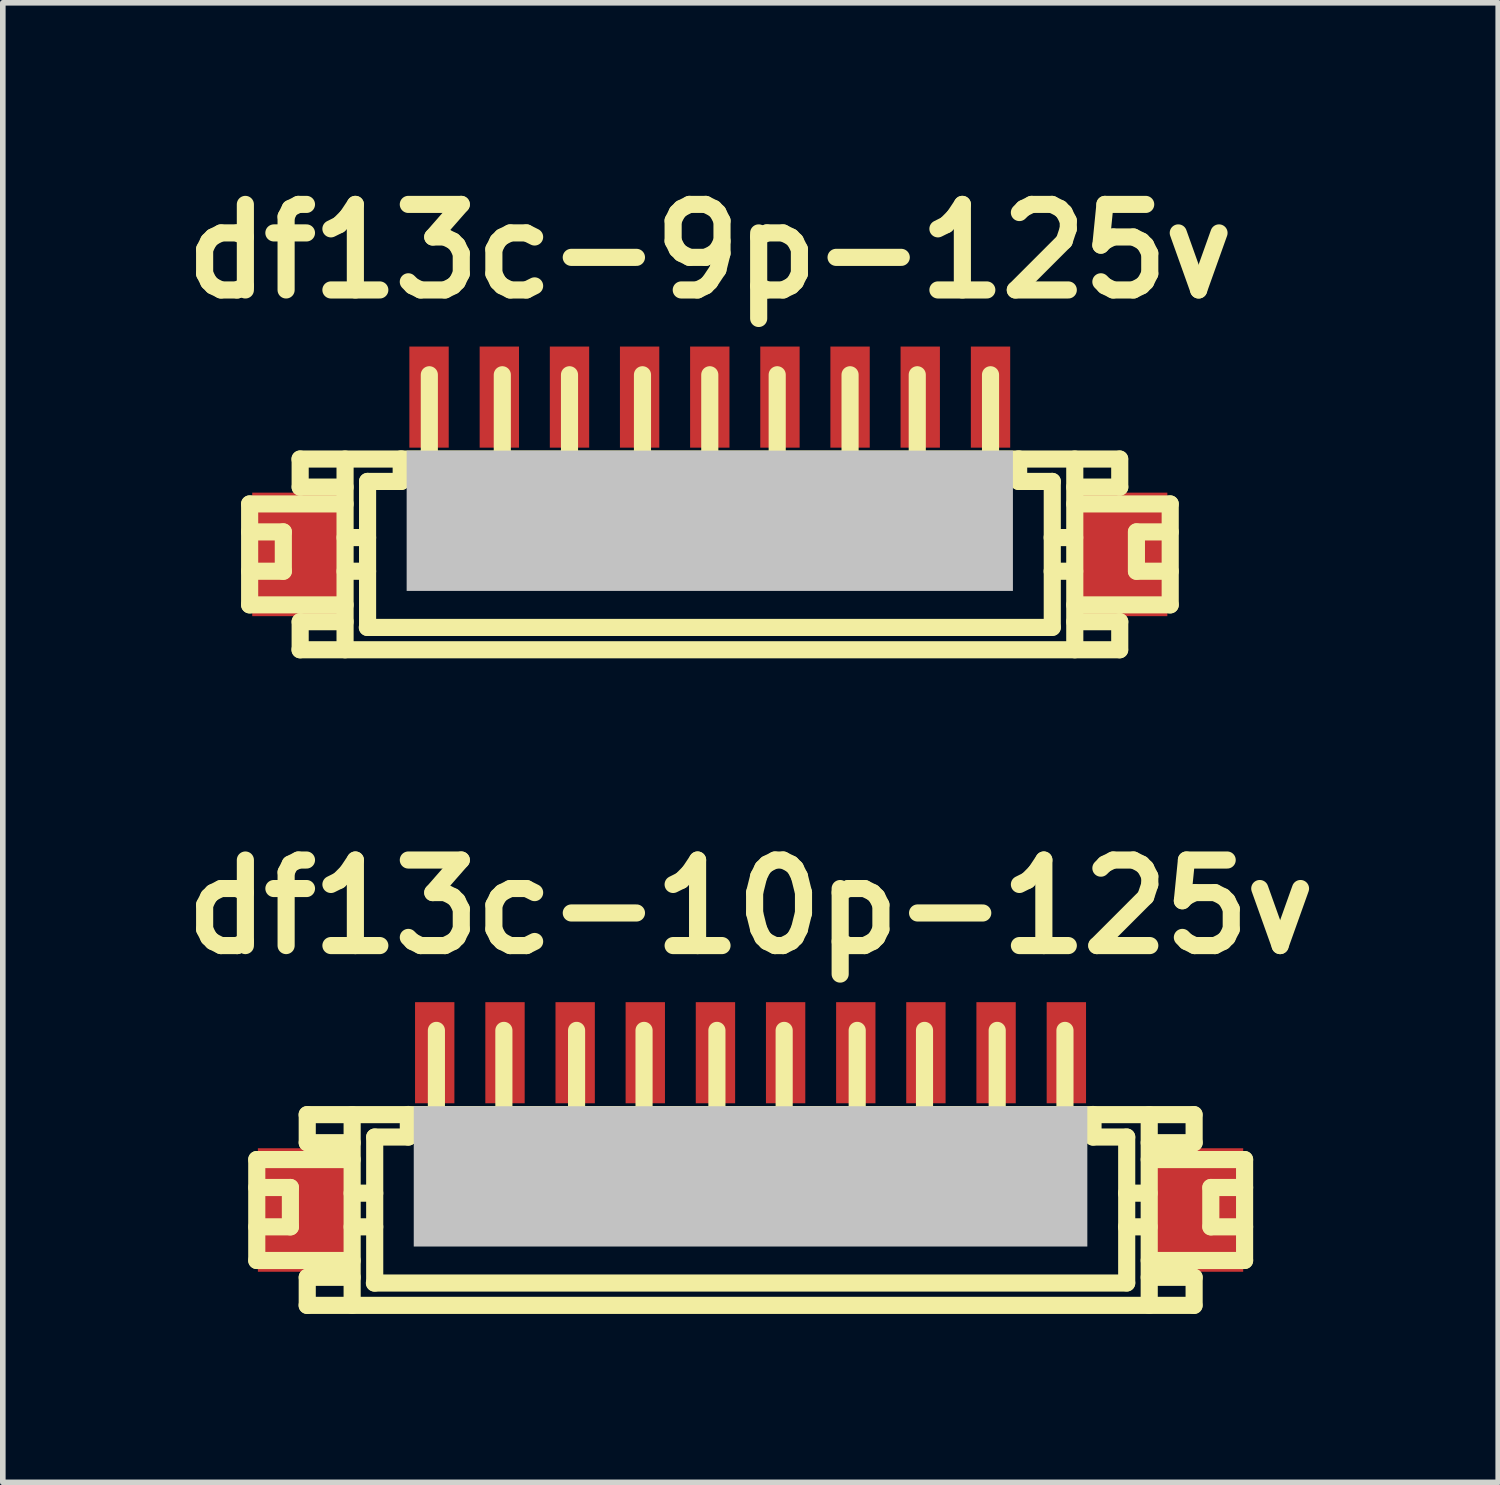
<source format=kicad_pcb>
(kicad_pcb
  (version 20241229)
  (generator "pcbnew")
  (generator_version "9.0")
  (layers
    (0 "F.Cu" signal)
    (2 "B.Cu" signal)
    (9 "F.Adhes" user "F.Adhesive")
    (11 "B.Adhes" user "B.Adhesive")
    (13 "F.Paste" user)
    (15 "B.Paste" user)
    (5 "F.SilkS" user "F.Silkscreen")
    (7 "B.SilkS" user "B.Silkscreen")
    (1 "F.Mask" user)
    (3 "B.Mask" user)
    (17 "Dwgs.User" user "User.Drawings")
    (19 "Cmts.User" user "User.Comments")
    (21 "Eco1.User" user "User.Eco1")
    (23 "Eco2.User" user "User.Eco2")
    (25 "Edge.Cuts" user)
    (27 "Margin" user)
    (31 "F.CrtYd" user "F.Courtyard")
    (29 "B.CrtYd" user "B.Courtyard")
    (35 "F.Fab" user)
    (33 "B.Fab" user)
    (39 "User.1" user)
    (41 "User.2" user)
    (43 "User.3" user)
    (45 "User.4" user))
  (footprint "df13c-9p-125v"
    (layer "F.Cu")
    (at 9.594 6.026)
    (property "Reference" "df13c-9p-125v" (at 0 -4.6 0) (layer "F.SilkS") (effects (font (size 1.524 1.524) (thickness 0.305))))
    (attr through_hole)
    (fp_line (start -8.197 -0.099) (end -6.497 -0.099) (stroke (width 0.305) (type solid)) (layer "F.SilkS"))
    (fp_line (start -8.197 0.399) (end -7.597 0.399) (stroke (width 0.305) (type solid)) (layer "F.SilkS"))
    (fp_line (start -8.197 1.699) (end -8.197 -0.099) (stroke (width 0.305) (type solid)) (layer "F.SilkS"))
    (fp_line (start -8.197 1.699) (end -6.497 1.699) (stroke (width 0.305) (type solid)) (layer "F.SilkS"))
    (fp_line (start -7.597 0.399) (end -7.597 1.1) (stroke (width 0.305) (type solid)) (layer "F.SilkS"))
    (fp_line (start -7.597 1.1) (end -8.197 1.1) (stroke (width 0.305) (type solid)) (layer "F.SilkS"))
    (fp_line (start -7.3 -0.899) (end 7.3 -0.899) (stroke (width 0.305) (type solid)) (layer "F.SilkS"))
    (fp_line (start -7.297 -0.399) (end -7.297 -0.899) (stroke (width 0.305) (type solid)) (layer "F.SilkS"))
    (fp_line (start -7.297 2.499) (end -7.297 1.999) (stroke (width 0.305) (type solid)) (layer "F.SilkS"))
    (fp_line (start -6.497 -0.899) (end -6.497 2.499) (stroke (width 0.305) (type solid)) (layer "F.SilkS"))
    (fp_line (start -6.497 -0.399) (end -7.297 -0.399) (stroke (width 0.305) (type solid)) (layer "F.SilkS"))
    (fp_line (start -6.497 0.5) (end -6.096 0.5) (stroke (width 0.305) (type solid)) (layer "F.SilkS"))
    (fp_line (start -6.497 1.1) (end -6.096 1.1) (stroke (width 0.305) (type solid)) (layer "F.SilkS"))
    (fp_line (start -6.497 1.999) (end -7.297 1.999) (stroke (width 0.305) (type solid)) (layer "F.SilkS"))
    (fp_line (start -6.101 2.101) (end 6.101 2.101) (stroke (width 0.305) (type solid)) (layer "F.SilkS"))
    (fp_line (start -6.096 -0.5) (end -5.497 -0.5) (stroke (width 0.305) (type solid)) (layer "F.SilkS"))
    (fp_line (start -6.096 2.101) (end -6.096 -0.5) (stroke (width 0.305) (type solid)) (layer "F.SilkS"))
    (fp_line (start -5.497 -0.902) (end -5.497 -0.5) (stroke (width 0.305) (type solid)) (layer "F.SilkS"))
    (fp_line (start -5.098 0.998) (end -5.098 1.199) (stroke (width 0.305) (type solid)) (layer "F.SilkS"))
    (fp_line (start -5.098 1.199) (end -4.897 1.199) (stroke (width 0.305) (type solid)) (layer "F.SilkS"))
    (fp_line (start -4.996 -0.902) (end -4.996 -2.4) (stroke (width 0.305) (type solid)) (layer "F.SilkS"))
    (fp_line (start -4.897 0.998) (end -5.098 0.998) (stroke (width 0.305) (type solid)) (layer "F.SilkS"))
    (fp_line (start -4.897 1.199) (end -4.897 0.998) (stroke (width 0.305) (type solid)) (layer "F.SilkS"))
    (fp_line (start -3.8 1.001) (end -3.602 1.001) (stroke (width 0.305) (type solid)) (layer "F.SilkS"))
    (fp_line (start -3.8 1.199) (end -3.8 1.001) (stroke (width 0.305) (type solid)) (layer "F.SilkS"))
    (fp_line (start -3.696 -0.899) (end -3.696 -2.4) (stroke (width 0.305) (type solid)) (layer "F.SilkS"))
    (fp_line (start -3.602 1.001) (end -3.602 1.199) (stroke (width 0.305) (type solid)) (layer "F.SilkS"))
    (fp_line (start -3.602 1.199) (end -3.8 1.199) (stroke (width 0.305) (type solid)) (layer "F.SilkS"))
    (fp_line (start -2.598 1.001) (end -2.4 1.001) (stroke (width 0.305) (type solid)) (layer "F.SilkS"))
    (fp_line (start -2.598 1.199) (end -2.598 1.001) (stroke (width 0.305) (type solid)) (layer "F.SilkS"))
    (fp_line (start -2.499 -2.4) (end -2.499 -0.899) (stroke (width 0.305) (type solid)) (layer "F.SilkS"))
    (fp_line (start -2.4 1.001) (end -2.4 1.199) (stroke (width 0.305) (type solid)) (layer "F.SilkS"))
    (fp_line (start -2.4 1.199) (end -2.598 1.199) (stroke (width 0.305) (type solid)) (layer "F.SilkS"))
    (fp_line (start -1.298 1.001) (end -1.1 1.001) (stroke (width 0.305) (type solid)) (layer "F.SilkS"))
    (fp_line (start -1.298 1.199) (end -1.298 1.001) (stroke (width 0.305) (type solid)) (layer "F.SilkS"))
    (fp_line (start -1.199 -0.899) (end -1.199 -2.4) (stroke (width 0.305) (type solid)) (layer "F.SilkS"))
    (fp_line (start -1.1 1.001) (end -1.1 1.199) (stroke (width 0.305) (type solid)) (layer "F.SilkS"))
    (fp_line (start -1.1 1.199) (end -1.298 1.199) (stroke (width 0.305) (type solid)) (layer "F.SilkS"))
    (fp_line (start -0.099 1.001) (end 0.099 1.001) (stroke (width 0.305) (type solid)) (layer "F.SilkS"))
    (fp_line (start -0.099 1.199) (end -0.099 1.001) (stroke (width 0.305) (type solid)) (layer "F.SilkS"))
    (fp_line (start 0 -0.899) (end 0 -2.4) (stroke (width 0.305) (type solid)) (layer "F.SilkS"))
    (fp_line (start 0.099 1.001) (end 0.099 1.199) (stroke (width 0.305) (type solid)) (layer "F.SilkS"))
    (fp_line (start 0.099 1.199) (end -0.099 1.199) (stroke (width 0.305) (type solid)) (layer "F.SilkS"))
    (fp_line (start 1.1 1.001) (end 1.3 1.001) (stroke (width 0.305) (type solid)) (layer "F.SilkS"))
    (fp_line (start 1.1 1.199) (end 1.1 1.001) (stroke (width 0.305) (type solid)) (layer "F.SilkS"))
    (fp_line (start 1.201 -2.4) (end 1.201 -0.899) (stroke (width 0.305) (type solid)) (layer "F.SilkS"))
    (fp_line (start 1.3 1.001) (end 1.3 1.199) (stroke (width 0.305) (type solid)) (layer "F.SilkS"))
    (fp_line (start 1.3 1.199) (end 1.1 1.199) (stroke (width 0.305) (type solid)) (layer "F.SilkS"))
    (fp_line (start 2.398 1.001) (end 2.596 1.001) (stroke (width 0.305) (type solid)) (layer "F.SilkS"))
    (fp_line (start 2.398 1.199) (end 2.398 1.001) (stroke (width 0.305) (type solid)) (layer "F.SilkS"))
    (fp_line (start 2.499 -0.899) (end 2.499 -2.4) (stroke (width 0.305) (type solid)) (layer "F.SilkS"))
    (fp_line (start 2.596 1.001) (end 2.596 1.199) (stroke (width 0.305) (type solid)) (layer "F.SilkS"))
    (fp_line (start 2.596 1.199) (end 2.398 1.199) (stroke (width 0.305) (type solid)) (layer "F.SilkS"))
    (fp_line (start 3.602 0.998) (end 3.802 0.998) (stroke (width 0.305) (type solid)) (layer "F.SilkS"))
    (fp_line (start 3.602 1.199) (end 3.602 0.998) (stroke (width 0.305) (type solid)) (layer "F.SilkS"))
    (fp_line (start 3.696 -0.899) (end 3.696 -2.4) (stroke (width 0.305) (type solid)) (layer "F.SilkS"))
    (fp_line (start 3.802 0.998) (end 3.802 1.199) (stroke (width 0.305) (type solid)) (layer "F.SilkS"))
    (fp_line (start 3.802 1.199) (end 3.602 1.199) (stroke (width 0.305) (type solid)) (layer "F.SilkS"))
    (fp_line (start 4.902 1.001) (end 5.103 1.001) (stroke (width 0.305) (type solid)) (layer "F.SilkS"))
    (fp_line (start 4.902 1.199) (end 4.902 1.001) (stroke (width 0.305) (type solid)) (layer "F.SilkS"))
    (fp_line (start 5.001 -0.902) (end 5.001 -2.4) (stroke (width 0.305) (type solid)) (layer "F.SilkS"))
    (fp_line (start 5.103 1.001) (end 5.103 1.199) (stroke (width 0.305) (type solid)) (layer "F.SilkS"))
    (fp_line (start 5.103 1.199) (end 4.902 1.199) (stroke (width 0.305) (type solid)) (layer "F.SilkS"))
    (fp_line (start 5.502 -0.5) (end 5.502 -0.902) (stroke (width 0.305) (type solid)) (layer "F.SilkS"))
    (fp_line (start 6.099 1.1) (end 6.5 1.1) (stroke (width 0.305) (type solid)) (layer "F.SilkS"))
    (fp_line (start 6.101 -0.5) (end 5.502 -0.5) (stroke (width 0.305) (type solid)) (layer "F.SilkS"))
    (fp_line (start 6.101 2.098) (end 6.101 -0.5) (stroke (width 0.305) (type solid)) (layer "F.SilkS"))
    (fp_line (start 6.5 0.5) (end 6.099 0.5) (stroke (width 0.305) (type solid)) (layer "F.SilkS"))
    (fp_line (start 6.502 -0.899) (end 6.502 2.499) (stroke (width 0.305) (type solid)) (layer "F.SilkS"))
    (fp_line (start 7.3 2.499) (end -7.3 2.499) (stroke (width 0.305) (type solid)) (layer "F.SilkS"))
    (fp_line (start 7.303 -0.399) (end 6.502 -0.399) (stroke (width 0.305) (type solid)) (layer "F.SilkS"))
    (fp_line (start 7.303 -0.399) (end 7.303 -0.899) (stroke (width 0.305) (type solid)) (layer "F.SilkS"))
    (fp_line (start 7.303 1.999) (end 6.502 1.999) (stroke (width 0.305) (type solid)) (layer "F.SilkS"))
    (fp_line (start 7.303 2.499) (end 7.303 1.999) (stroke (width 0.305) (type solid)) (layer "F.SilkS"))
    (fp_line (start 7.6 0.399) (end 7.6 1.1) (stroke (width 0.305) (type solid)) (layer "F.SilkS"))
    (fp_line (start 7.602 0.399) (end 8.202 0.399) (stroke (width 0.305) (type solid)) (layer "F.SilkS"))
    (fp_line (start 7.602 1.1) (end 8.202 1.1) (stroke (width 0.305) (type solid)) (layer "F.SilkS"))
    (fp_line (start 8.202 -0.099) (end 6.502 -0.099) (stroke (width 0.305) (type solid)) (layer "F.SilkS"))
    (fp_line (start 8.202 -0.099) (end 8.202 1.699) (stroke (width 0.305) (type solid)) (layer "F.SilkS"))
    (fp_line (start 8.202 1.699) (end 6.502 1.699) (stroke (width 0.305) (type solid)) (layer "F.SilkS"))
    (pad "" smd rect (at -7.351 0.8) (size 1.6 2.2) (layers "F.Cu" "F.Mask" "F.Paste"))
    (pad "" smd rect (at 0 0.201) (size 10.8 2.499) (layers "Dwgs.User"))
    (pad "" smd rect (at 7.351 0.8) (size 1.6 2.2) (layers "F.Cu" "F.Mask" "F.Paste"))
    (pad "1" smd rect (at -5.001 -2.002) (size 0.701 1.801) (layers "F.Cu" "F.Mask" "F.Paste"))
    (pad "2" smd rect (at -3.749 -2.002) (size 0.701 1.801) (layers "F.Cu" "F.Mask" "F.Paste"))
    (pad "3" smd rect (at -2.499 -2.002) (size 0.701 1.801) (layers "F.Cu" "F.Mask" "F.Paste"))
    (pad "4" smd rect (at -1.25 -2.002) (size 0.701 1.801) (layers "F.Cu" "F.Mask" "F.Paste"))
    (pad "5" smd rect (at 0 -2.002) (size 0.701 1.801) (layers "F.Cu" "F.Mask" "F.Paste"))
    (pad "6" smd rect (at 1.25 -2.002) (size 0.701 1.801) (layers "F.Cu" "F.Mask" "F.Paste"))
    (pad "7" smd rect (at 2.499 -2.002) (size 0.701 1.801) (layers "F.Cu" "F.Mask" "F.Paste"))
    (pad "8" smd rect (at 3.749 -2.002) (size 0.701 1.801) (layers "F.Cu" "F.Mask" "F.Paste"))
    (pad "9" smd rect (at 5.001 -2.002) (size 0.701 1.801) (layers "F.Cu" "F.Mask" "F.Paste")))
  (footprint "df13c-10p-125v"
    (layer "F.Cu")
    (at 10.32 17.705)
    (property "Reference" "df13c-10p-125v" (at 0 -4.6 0) (layer "F.SilkS") (effects (font (size 1.524 1.524) (thickness 0.305))))
    (attr through_hole)
    (fp_line (start -8.796 -0.099) (end -7.097 -0.099) (stroke (width 0.305) (type solid)) (layer "F.SilkS"))
    (fp_line (start -8.796 0.399) (end -8.197 0.399) (stroke (width 0.305) (type solid)) (layer "F.SilkS"))
    (fp_line (start -8.796 1.699) (end -8.796 -0.099) (stroke (width 0.305) (type solid)) (layer "F.SilkS"))
    (fp_line (start -8.796 1.699) (end -7.097 1.699) (stroke (width 0.305) (type solid)) (layer "F.SilkS"))
    (fp_line (start -8.197 0.399) (end -8.197 1.1) (stroke (width 0.305) (type solid)) (layer "F.SilkS"))
    (fp_line (start -8.197 1.1) (end -8.796 1.1) (stroke (width 0.305) (type solid)) (layer "F.SilkS"))
    (fp_line (start -7.899 -0.899) (end 7.899 -0.899) (stroke (width 0.305) (type solid)) (layer "F.SilkS"))
    (fp_line (start -7.899 2.499) (end 7.899 2.499) (stroke (width 0.305) (type solid)) (layer "F.SilkS"))
    (fp_line (start -7.897 -0.399) (end -7.897 -0.899) (stroke (width 0.305) (type solid)) (layer "F.SilkS"))
    (fp_line (start -7.897 2.499) (end -7.897 1.999) (stroke (width 0.305) (type solid)) (layer "F.SilkS"))
    (fp_line (start -7.097 -0.899) (end -7.097 2.499) (stroke (width 0.305) (type solid)) (layer "F.SilkS"))
    (fp_line (start -7.097 -0.399) (end -7.897 -0.399) (stroke (width 0.305) (type solid)) (layer "F.SilkS"))
    (fp_line (start -7.097 0.5) (end -6.695 0.5) (stroke (width 0.305) (type solid)) (layer "F.SilkS"))
    (fp_line (start -7.097 1.1) (end -6.695 1.1) (stroke (width 0.305) (type solid)) (layer "F.SilkS"))
    (fp_line (start -7.097 1.999) (end -7.897 1.999) (stroke (width 0.305) (type solid)) (layer "F.SilkS"))
    (fp_line (start -6.695 -0.5) (end -6.096 -0.5) (stroke (width 0.305) (type solid)) (layer "F.SilkS"))
    (fp_line (start -6.695 2.101) (end -6.695 -0.5) (stroke (width 0.305) (type solid)) (layer "F.SilkS"))
    (fp_line (start -6.096 -0.902) (end -6.096 -0.5) (stroke (width 0.305) (type solid)) (layer "F.SilkS"))
    (fp_line (start -5.697 0.998) (end -5.697 1.199) (stroke (width 0.305) (type solid)) (layer "F.SilkS"))
    (fp_line (start -5.697 1.199) (end -5.497 1.199) (stroke (width 0.305) (type solid)) (layer "F.SilkS"))
    (fp_line (start -5.596 -0.902) (end -5.596 -2.4) (stroke (width 0.305) (type solid)) (layer "F.SilkS"))
    (fp_line (start -5.497 0.998) (end -5.697 0.998) (stroke (width 0.305) (type solid)) (layer "F.SilkS"))
    (fp_line (start -5.497 1.199) (end -5.497 0.998) (stroke (width 0.305) (type solid)) (layer "F.SilkS"))
    (fp_line (start -4.501 1.001) (end -4.303 1.001) (stroke (width 0.305) (type solid)) (layer "F.SilkS"))
    (fp_line (start -4.501 1.199) (end -4.501 1.001) (stroke (width 0.305) (type solid)) (layer "F.SilkS"))
    (fp_line (start -4.394 -0.899) (end -4.394 -2.4) (stroke (width 0.305) (type solid)) (layer "F.SilkS"))
    (fp_line (start -4.303 1.001) (end -4.303 1.199) (stroke (width 0.305) (type solid)) (layer "F.SilkS"))
    (fp_line (start -4.303 1.199) (end -4.501 1.199) (stroke (width 0.305) (type solid)) (layer "F.SilkS"))
    (fp_line (start -3.198 1.001) (end -3 1.001) (stroke (width 0.305) (type solid)) (layer "F.SilkS"))
    (fp_line (start -3.198 1.199) (end -3.198 1.001) (stroke (width 0.305) (type solid)) (layer "F.SilkS"))
    (fp_line (start -3.099 -2.4) (end -3.099 -0.899) (stroke (width 0.305) (type solid)) (layer "F.SilkS"))
    (fp_line (start -3 1.001) (end -3 1.199) (stroke (width 0.305) (type solid)) (layer "F.SilkS"))
    (fp_line (start -3 1.199) (end -3.198 1.199) (stroke (width 0.305) (type solid)) (layer "F.SilkS"))
    (fp_line (start -1.999 1.001) (end -1.801 1.001) (stroke (width 0.305) (type solid)) (layer "F.SilkS"))
    (fp_line (start -1.999 1.199) (end -1.999 1.001) (stroke (width 0.305) (type solid)) (layer "F.SilkS"))
    (fp_line (start -1.897 -0.899) (end -1.897 -2.4) (stroke (width 0.305) (type solid)) (layer "F.SilkS"))
    (fp_line (start -1.801 1.001) (end -1.801 1.199) (stroke (width 0.305) (type solid)) (layer "F.SilkS"))
    (fp_line (start -1.801 1.199) (end -1.999 1.199) (stroke (width 0.305) (type solid)) (layer "F.SilkS"))
    (fp_line (start -0.699 1.001) (end -0.5 1.001) (stroke (width 0.305) (type solid)) (layer "F.SilkS"))
    (fp_line (start -0.699 1.199) (end -0.699 1.001) (stroke (width 0.305) (type solid)) (layer "F.SilkS"))
    (fp_line (start -0.599 -0.899) (end -0.599 -2.4) (stroke (width 0.305) (type solid)) (layer "F.SilkS"))
    (fp_line (start -0.5 1.001) (end -0.5 1.199) (stroke (width 0.305) (type solid)) (layer "F.SilkS"))
    (fp_line (start -0.5 1.199) (end -0.699 1.199) (stroke (width 0.305) (type solid)) (layer "F.SilkS"))
    (fp_line (start 0.503 1.001) (end 0.701 1.001) (stroke (width 0.305) (type solid)) (layer "F.SilkS"))
    (fp_line (start 0.503 1.199) (end 0.503 1.001) (stroke (width 0.305) (type solid)) (layer "F.SilkS"))
    (fp_line (start 0.599 -2.4) (end 0.599 -0.899) (stroke (width 0.305) (type solid)) (layer "F.SilkS"))
    (fp_line (start 0.701 1.001) (end 0.701 1.199) (stroke (width 0.305) (type solid)) (layer "F.SilkS"))
    (fp_line (start 0.701 1.199) (end 0.503 1.199) (stroke (width 0.305) (type solid)) (layer "F.SilkS"))
    (fp_line (start 1.798 1.001) (end 1.999 1.001) (stroke (width 0.305) (type solid)) (layer "F.SilkS"))
    (fp_line (start 1.798 1.199) (end 1.798 1.001) (stroke (width 0.305) (type solid)) (layer "F.SilkS"))
    (fp_line (start 1.9 -2.4) (end 1.9 -0.899) (stroke (width 0.305) (type solid)) (layer "F.SilkS"))
    (fp_line (start 1.999 1.001) (end 1.999 1.199) (stroke (width 0.305) (type solid)) (layer "F.SilkS"))
    (fp_line (start 1.999 1.199) (end 1.798 1.199) (stroke (width 0.305) (type solid)) (layer "F.SilkS"))
    (fp_line (start 2.997 1.001) (end 3.195 1.001) (stroke (width 0.305) (type solid)) (layer "F.SilkS"))
    (fp_line (start 2.997 1.199) (end 2.997 1.001) (stroke (width 0.305) (type solid)) (layer "F.SilkS"))
    (fp_line (start 3.099 -0.899) (end 3.099 -2.4) (stroke (width 0.305) (type solid)) (layer "F.SilkS"))
    (fp_line (start 3.195 1.001) (end 3.195 1.199) (stroke (width 0.305) (type solid)) (layer "F.SilkS"))
    (fp_line (start 3.195 1.199) (end 2.997 1.199) (stroke (width 0.305) (type solid)) (layer "F.SilkS"))
    (fp_line (start 4.3 0.998) (end 4.501 0.998) (stroke (width 0.305) (type solid)) (layer "F.SilkS"))
    (fp_line (start 4.3 1.199) (end 4.3 0.998) (stroke (width 0.305) (type solid)) (layer "F.SilkS"))
    (fp_line (start 4.394 -0.899) (end 4.394 -2.4) (stroke (width 0.305) (type solid)) (layer "F.SilkS"))
    (fp_line (start 4.501 0.998) (end 4.501 1.199) (stroke (width 0.305) (type solid)) (layer "F.SilkS"))
    (fp_line (start 4.501 1.199) (end 4.3 1.199) (stroke (width 0.305) (type solid)) (layer "F.SilkS"))
    (fp_line (start 5.502 1.001) (end 5.702 1.001) (stroke (width 0.305) (type solid)) (layer "F.SilkS"))
    (fp_line (start 5.502 1.199) (end 5.502 1.001) (stroke (width 0.305) (type solid)) (layer "F.SilkS"))
    (fp_line (start 5.601 -0.902) (end 5.601 -2.4) (stroke (width 0.305) (type solid)) (layer "F.SilkS"))
    (fp_line (start 5.702 1.001) (end 5.702 1.199) (stroke (width 0.305) (type solid)) (layer "F.SilkS"))
    (fp_line (start 5.702 1.199) (end 5.502 1.199) (stroke (width 0.305) (type solid)) (layer "F.SilkS"))
    (fp_line (start 6.101 -0.5) (end 6.101 -0.902) (stroke (width 0.305) (type solid)) (layer "F.SilkS"))
    (fp_line (start 6.698 1.1) (end 7.099 1.1) (stroke (width 0.305) (type solid)) (layer "F.SilkS"))
    (fp_line (start 6.701 -0.5) (end 6.101 -0.5) (stroke (width 0.305) (type solid)) (layer "F.SilkS"))
    (fp_line (start 6.701 2.098) (end 6.701 -0.5) (stroke (width 0.305) (type solid)) (layer "F.SilkS"))
    (fp_line (start 6.701 2.101) (end -6.701 2.101) (stroke (width 0.305) (type solid)) (layer "F.SilkS"))
    (fp_line (start 7.099 0.5) (end 6.698 0.5) (stroke (width 0.305) (type solid)) (layer "F.SilkS"))
    (fp_line (start 7.102 -0.899) (end 7.102 2.499) (stroke (width 0.305) (type solid)) (layer "F.SilkS"))
    (fp_line (start 7.902 -0.399) (end 7.102 -0.399) (stroke (width 0.305) (type solid)) (layer "F.SilkS"))
    (fp_line (start 7.902 -0.399) (end 7.902 -0.899) (stroke (width 0.305) (type solid)) (layer "F.SilkS"))
    (fp_line (start 7.902 1.999) (end 7.102 1.999) (stroke (width 0.305) (type solid)) (layer "F.SilkS"))
    (fp_line (start 7.902 2.499) (end 7.902 1.999) (stroke (width 0.305) (type solid)) (layer "F.SilkS"))
    (fp_line (start 8.199 0.399) (end 8.199 1.1) (stroke (width 0.305) (type solid)) (layer "F.SilkS"))
    (fp_line (start 8.202 0.399) (end 8.801 0.399) (stroke (width 0.305) (type solid)) (layer "F.SilkS"))
    (fp_line (start 8.202 1.1) (end 8.801 1.1) (stroke (width 0.305) (type solid)) (layer "F.SilkS"))
    (fp_line (start 8.801 -0.099) (end 7.102 -0.099) (stroke (width 0.305) (type solid)) (layer "F.SilkS"))
    (fp_line (start 8.801 -0.099) (end 8.801 1.699) (stroke (width 0.305) (type solid)) (layer "F.SilkS"))
    (fp_line (start 8.801 1.699) (end 7.102 1.699) (stroke (width 0.305) (type solid)) (layer "F.SilkS"))
    (pad "" smd rect (at -7.976 0.8) (size 1.6 2.2) (layers "F.Cu" "F.Mask" "F.Paste"))
    (pad "" smd rect (at 0 0.201) (size 11.999 2.499) (layers "Dwgs.User"))
    (pad "" smd rect (at 7.976 0.8) (size 1.6 2.2) (layers "F.Cu" "F.Mask" "F.Paste"))
    (pad "1" smd rect (at -5.626 -2.002) (size 0.701 1.801) (layers "F.Cu" "F.Mask" "F.Paste"))
    (pad "2" smd rect (at -4.374 -2.002) (size 0.701 1.801) (layers "F.Cu" "F.Mask" "F.Paste"))
    (pad "3" smd rect (at -3.124 -2.002) (size 0.701 1.801) (layers "F.Cu" "F.Mask" "F.Paste"))
    (pad "4" smd rect (at -1.875 -2.002) (size 0.701 1.801) (layers "F.Cu" "F.Mask" "F.Paste"))
    (pad "5" smd rect (at -0.625 -2.002) (size 0.701 1.801) (layers "F.Cu" "F.Mask" "F.Paste"))
    (pad "6" smd rect (at 0.625 -2.002) (size 0.701 1.801) (layers "F.Cu" "F.Mask" "F.Paste"))
    (pad "7" smd rect (at 1.875 -2.002) (size 0.701 1.801) (layers "F.Cu" "F.Mask" "F.Paste"))
    (pad "8" smd rect (at 3.124 -2.002) (size 0.701 1.801) (layers "F.Cu" "F.Mask" "F.Paste"))
    (pad "9" smd rect (at 4.374 -2.002) (size 0.701 1.801) (layers "F.Cu" "F.Mask" "F.Paste"))
    (pad "10" smd rect (at 5.626 -2.002) (size 0.701 1.801) (layers "F.Cu" "F.Mask" "F.Paste")))
  (gr_rect
    (start -3 -3)
    (end 23.639 23.356)
    (stroke (width 0.1) (type default))
    (fill no)
    (layer "Edge.Cuts")))
</source>
